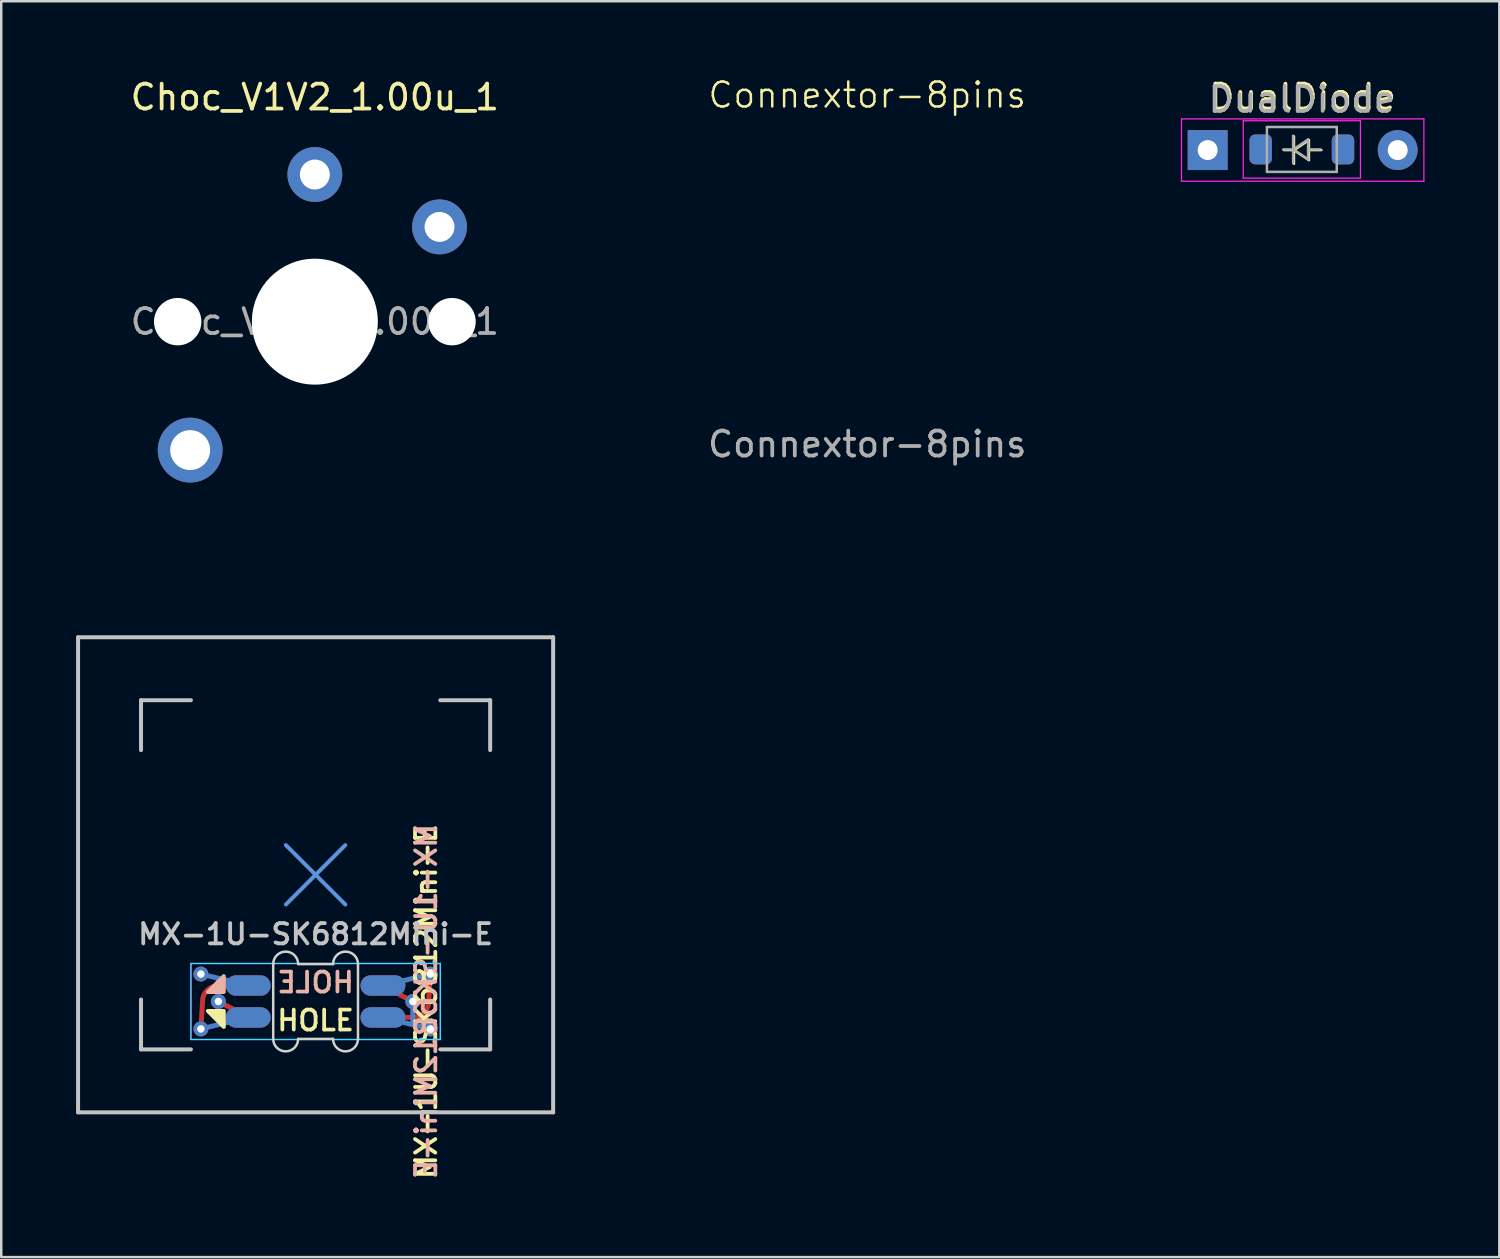
<source format=kicad_pcb>
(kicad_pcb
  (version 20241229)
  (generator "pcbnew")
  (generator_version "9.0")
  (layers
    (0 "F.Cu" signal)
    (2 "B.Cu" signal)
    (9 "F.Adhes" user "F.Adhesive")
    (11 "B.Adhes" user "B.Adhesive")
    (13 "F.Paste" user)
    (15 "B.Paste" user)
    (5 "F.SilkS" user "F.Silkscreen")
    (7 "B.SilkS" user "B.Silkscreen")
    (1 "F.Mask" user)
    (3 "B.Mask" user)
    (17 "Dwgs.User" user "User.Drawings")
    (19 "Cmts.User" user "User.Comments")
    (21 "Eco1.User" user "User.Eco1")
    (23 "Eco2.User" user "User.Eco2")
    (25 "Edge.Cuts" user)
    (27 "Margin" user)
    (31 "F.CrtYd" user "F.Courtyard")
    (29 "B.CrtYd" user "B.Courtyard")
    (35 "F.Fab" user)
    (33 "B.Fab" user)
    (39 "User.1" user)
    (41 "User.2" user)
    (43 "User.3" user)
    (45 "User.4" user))
  (footprint "MX-1U-SK6812Mini-E"
    (layer "F.Cu")
    (at 9.605 32.028)
    (property "Reference" "MX-1U-SK6812Mini-E" (at 0 2.381 0) (layer "Dwgs.User") (effects (font (size 0.813 0.813) (thickness 0.152))))
    (attr through_hole)
    (fp_poly (pts (xy -4.318 5.461) (xy -3.683 5.461) (xy -3.683 6.096)) (stroke (width 0.16) (type solid)) (fill yes) (layer "F.SilkS"))
    (fp_poly (pts (xy -3.683 4.064) (xy -3.683 4.699) (xy -4.318 4.699)) (stroke (width 0.16) (type solid)) (fill yes) (layer "B.SilkS"))
    (fp_line (start -9.525 -9.525) (end 9.525 -9.525) (stroke (width 0.16) (type solid)) (layer "Dwgs.User"))
    (fp_line (start -9.525 9.525) (end -9.525 -9.525) (stroke (width 0.16) (type solid)) (layer "Dwgs.User"))
    (fp_line (start -7 -7) (end -7 -5) (stroke (width 0.16) (type solid)) (layer "Dwgs.User"))
    (fp_line (start -7 5) (end -7 7) (stroke (width 0.16) (type solid)) (layer "Dwgs.User"))
    (fp_line (start -7 7) (end -5 7) (stroke (width 0.16) (type solid)) (layer "Dwgs.User"))
    (fp_line (start -5 -7) (end -7 -7) (stroke (width 0.16) (type solid)) (layer "Dwgs.User"))
    (fp_line (start 5 -7) (end 7 -7) (stroke (width 0.16) (type solid)) (layer "Dwgs.User"))
    (fp_line (start 5 7) (end 7 7) (stroke (width 0.16) (type solid)) (layer "Dwgs.User"))
    (fp_line (start 7 -7) (end 7 -5) (stroke (width 0.16) (type solid)) (layer "Dwgs.User"))
    (fp_line (start 7 7) (end 7 5) (stroke (width 0.16) (type solid)) (layer "Dwgs.User"))
    (fp_line (start 9.525 -9.525) (end 9.525 9.525) (stroke (width 0.16) (type solid)) (layer "Dwgs.User"))
    (fp_line (start 9.525 9.525) (end -9.525 9.525) (stroke (width 0.16) (type solid)) (layer "Dwgs.User"))
    (fp_line (start -1.191 -1.191) (end 1.191 1.191) (stroke (width 0.16) (type solid)) (layer "Cmts.User"))
    (fp_line (start -1.191 1.191) (end 1.191 -1.191) (stroke (width 0.16) (type solid)) (layer "Cmts.User"))
    (fp_line (start -1.7 3.58) (end -1.7 6.58) (stroke (width 0.1) (type solid)) (layer "Edge.Cuts"))
    (fp_line (start -0.7 3.58) (end 0.7 3.58) (stroke (width 0.1) (type solid)) (layer "Edge.Cuts"))
    (fp_line (start -0.7 6.58) (end 0.7 6.58) (stroke (width 0.1) (type solid)) (layer "Edge.Cuts"))
    (fp_line (start 1.7 6.58) (end 1.7 3.58) (stroke (width 0.1) (type solid)) (layer "Edge.Cuts"))
    (fp_arc (start -1.7 3.58) (mid -1.2 3.08) (end -0.7 3.58) (stroke (width 0.1) (type solid)) (layer "Edge.Cuts"))
    (fp_arc (start -0.7 6.58) (mid -1.2 7.08) (end -1.7 6.58) (stroke (width 0.1) (type solid)) (layer "Edge.Cuts"))
    (fp_arc (start 0.7 3.58) (mid 1.2 3.08) (end 1.7 3.58) (stroke (width 0.1) (type solid)) (layer "Edge.Cuts"))
    (fp_arc (start 1.7 6.58) (mid 1.2 7.08) (end 0.7 6.58) (stroke (width 0.1) (type solid)) (layer "Edge.Cuts"))
    (fp_line (start -5 3.556) (end 5 3.556) (stroke (width 0.05) (type solid)) (layer "B.CrtYd"))
    (fp_line (start -5 6.604) (end -5 3.556) (stroke (width 0.05) (type solid)) (layer "B.CrtYd"))
    (fp_line (start 5 3.556) (end 5 6.604) (stroke (width 0.05) (type solid)) (layer "B.CrtYd"))
    (fp_line (start 5 6.604) (end -5 6.604) (stroke (width 0.05) (type solid)) (layer "B.CrtYd"))
    (fp_line (start -5 3.556) (end -5 6.604) (stroke (width 0.05) (type solid)) (layer "F.CrtYd"))
    (fp_line (start -5 3.556) (end 5 3.556) (stroke (width 0.05) (type solid)) (layer "F.CrtYd"))
    (fp_line (start 5 3.556) (end 5 6.604) (stroke (width 0.05) (type solid)) (layer "F.CrtYd"))
    (fp_line (start 5 6.604) (end -5 6.604) (stroke (width 0.05) (type solid)) (layer "F.CrtYd"))
    (fp_text user "HOLE" (at 0 5.842 0) (layer "F.SilkS") (effects (font (size 0.8 0.8) (thickness 0.15))))
    (fp_text user "${REFERENCE}" (at 4.432 5.08 90) (layer "F.SilkS") (effects (font (size 0.813 0.813) (thickness 0.152))))
    (fp_text user "HOLE" (at 0 4.318 0) (layer "B.SilkS") (effects (font (size 0.8 0.8) (thickness 0.15)) (justify mirror)))
    (fp_text user "${REFERENCE}" (at 4.432 5.08 90) (layer "B.SilkS") (effects (font (size 0.813 0.813) (thickness 0.152)) (justify mirror)))
    (pad "1" smd custom (at 2.7 4.44 180) (size 0.01 0.01) (layers "F.Cu") (options (anchor circle)) (primitives (gr_line (start -1.2 -0.64) (end 0.033 -0.005) (width 0.2))))
    (pad "1" smd oval (at 2.7 4.44) (size 1.8 0.82) (layers "F.Cu" "F.Mask" "F.Paste"))
    (pad "1" smd custom (at 2.7 5.72 180) (size 0.01 0.01) (layers "B.Cu") (options (anchor circle)) (primitives (gr_line (start 0.033 0.005) (end -1.9 -0.46) (width 0.2)) (gr_line (start -1.2 0.64) (end -1.2 -0.26) (width 0.2))))
    (pad "1" smd oval (at 2.7 5.72) (size 1.8 0.82) (layers "B.Cu" "B.Mask" "B.Paste"))
    (pad "1" thru_hole circle (at 3.9 5.08 180) (size 0.6 0.6) (drill 0.3) (layers "*.Cu"))
    (pad "1" thru_hole circle (at 4.6 6.18 180) (size 0.6 0.6) (drill 0.3) (layers "*.Cu"))
    (pad "2" smd custom (at 2.7 4.44 180) (size 0.01 0.01) (layers "B.Cu") (options (anchor circle)) (primitives (gr_line (start -1.9 0.46) (end 0 -0.005) (width 0.2))))
    (pad "2" smd oval (at 2.7 4.44) (size 1.8 0.82) (layers "B.Cu" "B.Mask" "B.Paste"))
    (pad "2" smd custom (at 2.7 5.72 180) (size 0.01 0.01) (layers "F.Cu") (options (anchor circle)) (primitives (gr_arc (start -1.826182 0.540664) (mid -1.611399 0.157142) (end -1.199 0.005) (width 0.2)) (gr_line (start -1.826 0.541) (end -1.9 1.74) (width 0.2)) (gr_line (start -1.199 0.005) (end 0 0.005) (width 0.2))))
    (pad "2" smd oval (at 2.7 5.72) (size 1.8 0.82) (layers "F.Cu" "F.Mask" "F.Paste"))
    (pad "2" thru_hole circle (at 4.6 3.98 180) (size 0.6 0.6) (drill 0.3) (layers "*.Cu"))
    (pad "3" thru_hole circle (at -4.6 3.98) (size 0.6 0.6) (drill 0.3) (layers "*.Cu"))
    (pad "3" thru_hole circle (at -3.9 5.08) (size 0.6 0.6) (drill 0.3) (layers "*.Cu"))
    (pad "3" smd custom (at -2.7 4.44) (size 0.01 0.01) (layers "B.Cu") (options (anchor circle)) (primitives (gr_line (start 0.033 0.005) (end -1.9 -0.46) (width 0.2)) (gr_line (start -1.2 0.64) (end -1.2 -0.26) (width 0.2))))
    (pad "3" smd oval (at -2.7 4.44) (size 1.8 0.82) (layers "B.Cu" "B.Mask" "B.Paste"))
    (pad "3" smd custom (at -2.7 5.72) (size 0.01 0.01) (layers "F.Cu") (options (anchor circle)) (primitives (gr_line (start -1.2 -0.64) (end 0.033 -0.005) (width 0.2))))
    (pad "3" smd oval (at -2.7 5.72) (size 1.8 0.82) (layers "F.Cu" "F.Mask" "F.Paste"))
    (pad "4" thru_hole circle (at -4.6 6.18) (size 0.6 0.6) (drill 0.3) (layers "*.Cu"))
    (pad "4" smd custom (at -2.7 4.44) (size 0.01 0.01) (layers "F.Cu") (options (anchor circle)) (primitives (gr_arc (start -1.826182 0.540664) (mid -1.611399 0.157142) (end -1.199 0.005) (width 0.2)) (gr_line (start -1.826 0.541) (end -1.9 1.74) (width 0.2)) (gr_line (start -1.199 0.005) (end 0 0.005) (width 0.2))))
    (pad "4" smd oval (at -2.7 4.44) (size 1.8 0.82) (layers "F.Cu" "F.Mask" "F.Paste"))
    (pad "4" smd custom (at -2.7 5.72) (size 0.01 0.01) (layers "B.Cu") (options (anchor circle)) (primitives (gr_line (start -1.9 0.46) (end 0 -0.005) (width 0.2))))
    (pad "4" smd oval (at -2.7 5.72) (size 1.8 0.82) (layers "B.Cu" "B.Mask" "B.Paste")))
  (footprint "Connextor-8pins"
    (layer "F.Cu")
    (at 31.725 6.761)
    (property "Reference" "Connextor-8pins" (at 0 -6 0) (unlocked yes) (layer "F.SilkS") (effects (font (size 1 1) (thickness 0.1))))
    (attr through_hole)
    (fp_line (start -9.525 0) (end 9.525 0) (stroke (width 0.1) (type default)) (layer "Eco1.User"))
    (fp_text user "${REFERENCE}" (at 0 8 0) (unlocked yes) (layer "F.Fab") (effects (font (size 1 1) (thickness 0.15)))))
  (footprint "Choc_V1V2_1.00u_1"
    (layer "F.Cu")
    (at 9.575 9.848)
    (property "Reference" "Choc_V1V2_1.00u_1" (at 0 -9 0) (layer "F.SilkS") (effects (font (size 1 1) (thickness 0.15))))
    (attr through_hole)
    (fp_line (start -9.525 -9.525) (end -9.525 9.525) (stroke (width 0.1) (type solid)) (layer "User.1"))
    (fp_line (start -9.525 -9.525) (end 9.525 -9.525) (stroke (width 0.1) (type solid)) (layer "User.1"))
    (fp_line (start -9.525 9.525) (end 9.525 9.525) (stroke (width 0.1) (type solid)) (layer "User.1"))
    (fp_line (start -7.5 -7.5) (end -7.5 7.5) (stroke (width 0.1) (type default)) (layer "User.1"))
    (fp_line (start -7.5 7.5) (end 7.5 7.5) (stroke (width 0.1) (type default)) (layer "User.1"))
    (fp_line (start 7.5 -7.5) (end -7.5 -7.5) (stroke (width 0.1) (type default)) (layer "User.1"))
    (fp_line (start 7.5 -7.5) (end 7.5 7.5) (stroke (width 0.1) (type default)) (layer "User.1"))
    (fp_line (start 9.525 -9.525) (end 9.525 9.525) (stroke (width 0.1) (type default)) (layer "User.1"))
    (fp_text user "${REFERENCE}" (at 0 0 0) (layer "F.Fab") (effects (font (size 1 1) (thickness 0.15))))
    (pad "" np_thru_hole circle (at -5.5 0) (size 1.9 1.9) (drill 1.9) (layers "*.Cu" "*.Mask"))
    (pad "" thru_hole circle (at -5 5.15) (size 2.6 2.6) (drill 1.6) (layers "*.Cu" "*.Mask"))
    (pad "" np_thru_hole circle (at 0 0) (size 5.05 5.05) (drill 5.05) (layers "*.Cu" "*.Mask"))
    (pad "" np_thru_hole circle (at 5.5 0) (size 1.9 1.9) (drill 1.9) (layers "*.Cu" "*.Mask"))
    (pad "1" thru_hole circle (at 0 -5.9) (size 2.2 2.2) (drill 1.2) (layers "*.Cu" "*.Mask"))
    (pad "2" thru_hole circle (at 5 -3.8) (size 2.2 2.2) (drill 1.2) (layers "*.Cu" "*.Mask")))
  (footprint "DualDiode"
    (layer "F.Cu")
    (at 45.375 2.968)
    (property "Reference" "DualDiode" (at 3.81 -2.12 0) (layer "F.SilkS") (effects (font (size 1 1) (thickness 0.15))))
    (attr through_hole)
    (fp_line (start 3.06 0) (end 3.46 0) (stroke (width 0.1) (type solid)) (layer "F.SilkS"))
    (fp_line (start 3.46 -0.55) (end 3.46 0.55) (stroke (width 0.1) (type solid)) (layer "F.SilkS"))
    (fp_line (start 3.46 0) (end 4.06 -0.4) (stroke (width 0.1) (type solid)) (layer "F.SilkS"))
    (fp_line (start 4.06 -0.4) (end 4.06 0.4) (stroke (width 0.1) (type solid)) (layer "F.SilkS"))
    (fp_line (start 4.06 0) (end 4.56 0) (stroke (width 0.1) (type solid)) (layer "F.SilkS"))
    (fp_line (start 4.06 0.4) (end 3.46 0) (stroke (width 0.1) (type solid)) (layer "F.SilkS"))
    (fp_line (start -0.25 -0.25) (end 0.25 0.25) (stroke (width 0.1) (type default)) (layer "Dwgs.User"))
    (fp_line (start 0.25 -0.25) (end -0.25 0.25) (stroke (width 0.1) (type default)) (layer "Dwgs.User"))
    (fp_line (start 7.37 -0.25) (end 7.87 0.25) (stroke (width 0.1) (type default)) (layer "Dwgs.User"))
    (fp_line (start 7.87 -0.25) (end 7.37 0.25) (stroke (width 0.1) (type default)) (layer "Dwgs.User"))
    (fp_line (start -1.05 -1.25) (end -1.05 1.25) (stroke (width 0.05) (type solid)) (layer "F.CrtYd"))
    (fp_line (start -1.05 1.25) (end 8.67 1.25) (stroke (width 0.05) (type solid)) (layer "F.CrtYd"))
    (fp_line (start 1.427 -1.176) (end 1.427 1.124) (stroke (width 0.05) (type solid)) (layer "F.CrtYd"))
    (fp_line (start 1.427 -1.176) (end 6.127 -1.176) (stroke (width 0.05) (type solid)) (layer "F.CrtYd"))
    (fp_line (start 6.127 -1.176) (end 6.127 1.124) (stroke (width 0.05) (type solid)) (layer "F.CrtYd"))
    (fp_line (start 6.127 1.124) (end 1.427 1.124) (stroke (width 0.05) (type solid)) (layer "F.CrtYd"))
    (fp_line (start 8.67 -1.25) (end -1.05 -1.25) (stroke (width 0.05) (type solid)) (layer "F.CrtYd"))
    (fp_line (start 8.67 1.25) (end 8.67 -1.25) (stroke (width 0.05) (type solid)) (layer "F.CrtYd"))
    (fp_line (start 2.377 -0.926) (end 5.177 -0.926) (stroke (width 0.1) (type solid)) (layer "F.Fab"))
    (fp_line (start 2.377 0.874) (end 2.377 -0.926) (stroke (width 0.1) (type solid)) (layer "F.Fab"))
    (fp_line (start 3.027 -0.026) (end 3.427 -0.026) (stroke (width 0.1) (type solid)) (layer "F.Fab"))
    (fp_line (start 3.427 -0.026) (end 3.427 -0.576) (stroke (width 0.1) (type solid)) (layer "F.Fab"))
    (fp_line (start 3.427 -0.026) (end 3.427 0.524) (stroke (width 0.1) (type solid)) (layer "F.Fab"))
    (fp_line (start 3.427 -0.026) (end 4.027 -0.426) (stroke (width 0.1) (type solid)) (layer "F.Fab"))
    (fp_line (start 4.027 -0.426) (end 4.027 0.374) (stroke (width 0.1) (type solid)) (layer "F.Fab"))
    (fp_line (start 4.027 -0.026) (end 4.527 -0.026) (stroke (width 0.1) (type solid)) (layer "F.Fab"))
    (fp_line (start 4.027 0.374) (end 3.427 -0.026) (stroke (width 0.1) (type solid)) (layer "F.Fab"))
    (fp_line (start 5.177 -0.926) (end 5.177 0.874) (stroke (width 0.1) (type solid)) (layer "F.Fab"))
    (fp_line (start 5.177 0.874) (end 2.377 0.874) (stroke (width 0.1) (type solid)) (layer "F.Fab"))
    (fp_text user "${REFERENCE}" (at 3.777 -2.026 0) (layer "F.Fab") (effects (font (size 1 1) (thickness 0.15))))
    (pad "1" thru_hole rect (at 0 0) (size 1.6 1.6) (drill 0.8) (layers "*.Cu" "*.Mask"))
    (pad "1" smd roundrect (at 2.127 -0.026) (size 0.9 1.2) (layers "F.Cu" "F.Mask" "F.Paste") (roundrect_rratio 0.25))
    (pad "1" smd roundrect (at 2.127 -0.026) (size 0.9 1.2) (layers "F.Mask" "B.Cu" "F.Paste") (roundrect_rratio 0.25))
    (pad "2" smd roundrect (at 5.427 -0.026) (size 0.9 1.2) (layers "F.Cu" "F.Mask" "F.Paste") (roundrect_rratio 0.25))
    (pad "2" smd roundrect (at 5.427 -0.026) (size 0.9 1.2) (layers "F.Mask" "B.Cu" "F.Paste") (roundrect_rratio 0.25))
    (pad "2" thru_hole oval (at 7.62 0) (size 1.6 1.6) (drill 0.8) (layers "*.Cu" "*.Mask")))
  (gr_rect
    (start -3 -3)
    (end 57.07 47.358)
    (stroke (width 0.1) (type default))
    (fill no)
    (layer "Edge.Cuts")))
</source>
